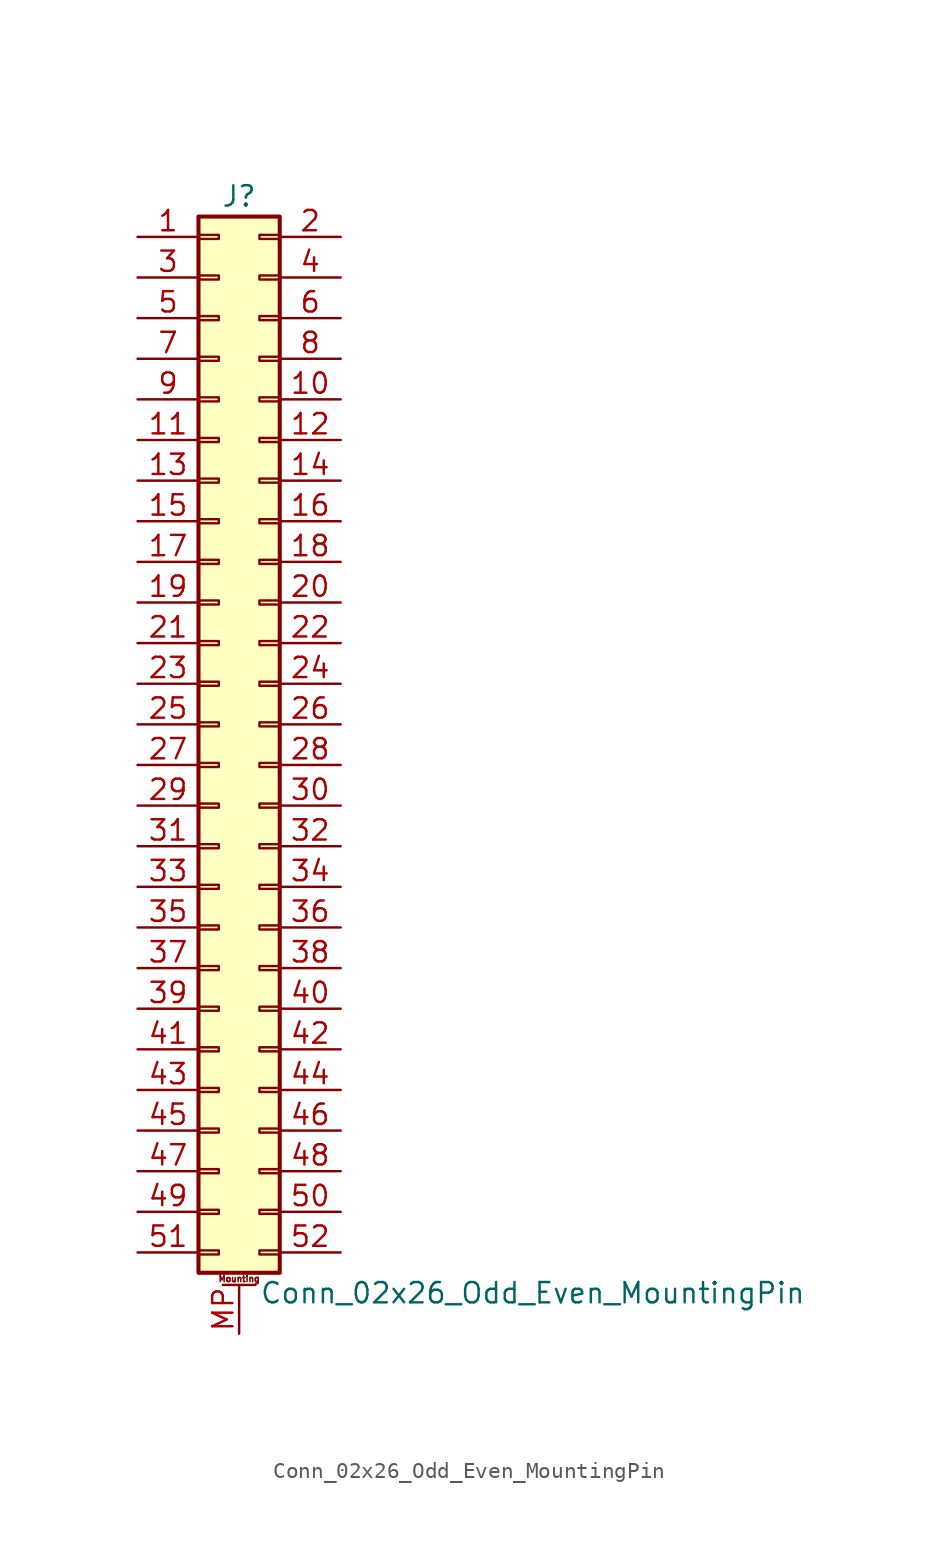
<source format=kicad_sym>
(kicad_symbol_lib
  (version 20201005)
  (generator kicad_symbol_editor)
  (symbol "Connector_Generic_MountingPin:Conn_02x26_Odd_Even_MountingPin"
    (pin_names
      (offset 1.016) hide)
    (property "Reference" "J"
      (at 1.27 33.02 0)
      (effects (font (size 1.27 1.27))))
    (property "Value" "Conn_02x26_Odd_Even_MountingPin"
      (at 2.54 -35.56 0)
      (effects (font (size 1.27 1.27)) (justify left)))
    (symbol "Conn_02x26_Odd_Even_MountingPin_1_1"
      (text "Mounting" (at 1.27 -34.671 0) (effects (font (size 0.381 0.381))))
      (rectangle (start -1.27 -27.813) (end 0 -28.067) (stroke (width 0.152)) (fill (type none)))
      (rectangle (start -1.27 -30.353) (end 0 -30.607) (stroke (width 0.152)) (fill (type none)))
      (rectangle (start -1.27 -32.893) (end 0 -33.147) (stroke (width 0.152)) (fill (type none)))
      (rectangle (start -1.27 -4.953) (end 0 -5.207) (stroke (width 0.152)) (fill (type none)))
      (rectangle (start -1.27 -7.493) (end 0 -7.747) (stroke (width 0.152)) (fill (type none)))
      (rectangle (start -1.27 -10.033) (end 0 -10.287) (stroke (width 0.152)) (fill (type none)))
      (rectangle (start -1.27 -12.573) (end 0 -12.827) (stroke (width 0.152)) (fill (type none)))
      (rectangle (start -1.27 -15.113) (end 0 -15.367) (stroke (width 0.152)) (fill (type none)))
      (rectangle (start -1.27 -17.653) (end 0 -17.907) (stroke (width 0.152)) (fill (type none)))
      (rectangle (start -1.27 -20.193) (end 0 -20.447) (stroke (width 0.152)) (fill (type none)))
      (rectangle (start -1.27 -22.733) (end 0 -22.987) (stroke (width 0.152)) (fill (type none)))
      (rectangle (start -1.27 -2.413) (end 0 -2.667) (stroke (width 0.152)) (fill (type none)))
      (rectangle (start -1.27 -25.273) (end 0 -25.527) (stroke (width 0.152)) (fill (type none)))
      (rectangle (start -1.27 25.527) (end 0 25.273) (stroke (width 0.152)) (fill (type none)))
      (rectangle (start -1.27 2.667) (end 0 2.413) (stroke (width 0.152)) (fill (type none)))
      (rectangle (start -1.27 28.067) (end 0 27.813) (stroke (width 0.152)) (fill (type none)))
      (rectangle (start -1.27 30.607) (end 0 30.353) (stroke (width 0.152)) (fill (type none)))
      (rectangle (start -1.27 31.75) (end 3.81 -34.29) (stroke (width 0.254)) (fill (type background)))
      (rectangle (start -1.27 5.207) (end 0 4.953) (stroke (width 0.152)) (fill (type none)))
      (rectangle (start -1.27 7.747) (end 0 7.493) (stroke (width 0.152)) (fill (type none)))
      (rectangle (start -1.27 10.287) (end 0 10.033) (stroke (width 0.152)) (fill (type none)))
      (rectangle (start -1.27 0.127) (end 0 -0.127) (stroke (width 0.152)) (fill (type none)))
      (rectangle (start -1.27 12.827) (end 0 12.573) (stroke (width 0.152)) (fill (type none)))
      (rectangle (start -1.27 15.367) (end 0 15.113) (stroke (width 0.152)) (fill (type none)))
      (rectangle (start -1.27 17.907) (end 0 17.653) (stroke (width 0.152)) (fill (type none)))
      (rectangle (start -1.27 20.447) (end 0 20.193) (stroke (width 0.152)) (fill (type none)))
      (rectangle (start -1.27 22.987) (end 0 22.733) (stroke (width 0.152)) (fill (type none)))
      (rectangle (start 3.81 -27.813) (end 2.54 -28.067) (stroke (width 0.152)) (fill (type none)))
      (rectangle (start 3.81 -30.353) (end 2.54 -30.607) (stroke (width 0.152)) (fill (type none)))
      (rectangle (start 3.81 -32.893) (end 2.54 -33.147) (stroke (width 0.152)) (fill (type none)))
      (rectangle (start 3.81 -4.953) (end 2.54 -5.207) (stroke (width 0.152)) (fill (type none)))
      (rectangle (start 3.81 -7.493) (end 2.54 -7.747) (stroke (width 0.152)) (fill (type none)))
      (rectangle (start 3.81 -10.033) (end 2.54 -10.287) (stroke (width 0.152)) (fill (type none)))
      (rectangle (start 3.81 -12.573) (end 2.54 -12.827) (stroke (width 0.152)) (fill (type none)))
      (rectangle (start 3.81 -15.113) (end 2.54 -15.367) (stroke (width 0.152)) (fill (type none)))
      (rectangle (start 3.81 -17.653) (end 2.54 -17.907) (stroke (width 0.152)) (fill (type none)))
      (rectangle (start 3.81 -20.193) (end 2.54 -20.447) (stroke (width 0.152)) (fill (type none)))
      (rectangle (start 3.81 -22.733) (end 2.54 -22.987) (stroke (width 0.152)) (fill (type none)))
      (rectangle (start 3.81 -2.413) (end 2.54 -2.667) (stroke (width 0.152)) (fill (type none)))
      (rectangle (start 3.81 -25.273) (end 2.54 -25.527) (stroke (width 0.152)) (fill (type none)))
      (rectangle (start 3.81 25.527) (end 2.54 25.273) (stroke (width 0.152)) (fill (type none)))
      (rectangle (start 3.81 2.667) (end 2.54 2.413) (stroke (width 0.152)) (fill (type none)))
      (rectangle (start 3.81 28.067) (end 2.54 27.813) (stroke (width 0.152)) (fill (type none)))
      (rectangle (start 3.81 30.607) (end 2.54 30.353) (stroke (width 0.152)) (fill (type none)))
      (rectangle (start 3.81 5.207) (end 2.54 4.953) (stroke (width 0.152)) (fill (type none)))
      (rectangle (start 3.81 7.747) (end 2.54 7.493) (stroke (width 0.152)) (fill (type none)))
      (rectangle (start 3.81 10.287) (end 2.54 10.033) (stroke (width 0.152)) (fill (type none)))
      (rectangle (start 3.81 0.127) (end 2.54 -0.127) (stroke (width 0.152)) (fill (type none)))
      (rectangle (start 3.81 12.827) (end 2.54 12.573) (stroke (width 0.152)) (fill (type none)))
      (rectangle (start 3.81 15.367) (end 2.54 15.113) (stroke (width 0.152)) (fill (type none)))
      (rectangle (start 3.81 17.907) (end 2.54 17.653) (stroke (width 0.152)) (fill (type none)))
      (rectangle (start 3.81 20.447) (end 2.54 20.193) (stroke (width 0.152)) (fill (type none)))
      (rectangle (start 3.81 22.987) (end 2.54 22.733) (stroke (width 0.152)) (fill (type none)))
      (polyline (pts (xy 0.254 -35.052) (xy 2.286 -35.052)) (stroke (width 0.152)) (fill (type none)))
      (pin passive line (at 1.27 -38.1 90) (length 3.048) (name "MountPin" (effects (font (size 1.27 1.27)))) (number "MP" (effects (font (size 1.27 1.27)))))
      (pin passive line (at -5.08 30.48 0) (length 3.81) (name "Pin_1" (effects (font (size 1.27 1.27)))) (number "1" (effects (font (size 1.27 1.27)))))
      (pin passive line (at 7.62 20.32 180) (length 3.81) (name "Pin_10" (effects (font (size 1.27 1.27)))) (number "10" (effects (font (size 1.27 1.27)))))
      (pin passive line (at -5.08 17.78 0) (length 3.81) (name "Pin_11" (effects (font (size 1.27 1.27)))) (number "11" (effects (font (size 1.27 1.27)))))
      (pin passive line (at 7.62 17.78 180) (length 3.81) (name "Pin_12" (effects (font (size 1.27 1.27)))) (number "12" (effects (font (size 1.27 1.27)))))
      (pin passive line (at -5.08 15.24 0) (length 3.81) (name "Pin_13" (effects (font (size 1.27 1.27)))) (number "13" (effects (font (size 1.27 1.27)))))
      (pin passive line (at 7.62 15.24 180) (length 3.81) (name "Pin_14" (effects (font (size 1.27 1.27)))) (number "14" (effects (font (size 1.27 1.27)))))
      (pin passive line (at -5.08 12.7 0) (length 3.81) (name "Pin_15" (effects (font (size 1.27 1.27)))) (number "15" (effects (font (size 1.27 1.27)))))
      (pin passive line (at 7.62 12.7 180) (length 3.81) (name "Pin_16" (effects (font (size 1.27 1.27)))) (number "16" (effects (font (size 1.27 1.27)))))
      (pin passive line (at -5.08 10.16 0) (length 3.81) (name "Pin_17" (effects (font (size 1.27 1.27)))) (number "17" (effects (font (size 1.27 1.27)))))
      (pin passive line (at 7.62 10.16 180) (length 3.81) (name "Pin_18" (effects (font (size 1.27 1.27)))) (number "18" (effects (font (size 1.27 1.27)))))
      (pin passive line (at -5.08 7.62 0) (length 3.81) (name "Pin_19" (effects (font (size 1.27 1.27)))) (number "19" (effects (font (size 1.27 1.27)))))
      (pin passive line (at 7.62 30.48 180) (length 3.81) (name "Pin_2" (effects (font (size 1.27 1.27)))) (number "2" (effects (font (size 1.27 1.27)))))
      (pin passive line (at 7.62 7.62 180) (length 3.81) (name "Pin_20" (effects (font (size 1.27 1.27)))) (number "20" (effects (font (size 1.27 1.27)))))
      (pin passive line (at -5.08 5.08 0) (length 3.81) (name "Pin_21" (effects (font (size 1.27 1.27)))) (number "21" (effects (font (size 1.27 1.27)))))
      (pin passive line (at 7.62 5.08 180) (length 3.81) (name "Pin_22" (effects (font (size 1.27 1.27)))) (number "22" (effects (font (size 1.27 1.27)))))
      (pin passive line (at -5.08 2.54 0) (length 3.81) (name "Pin_23" (effects (font (size 1.27 1.27)))) (number "23" (effects (font (size 1.27 1.27)))))
      (pin passive line (at 7.62 2.54 180) (length 3.81) (name "Pin_24" (effects (font (size 1.27 1.27)))) (number "24" (effects (font (size 1.27 1.27)))))
      (pin passive line (at -5.08 0 0) (length 3.81) (name "Pin_25" (effects (font (size 1.27 1.27)))) (number "25" (effects (font (size 1.27 1.27)))))
      (pin passive line (at 7.62 0 180) (length 3.81) (name "Pin_26" (effects (font (size 1.27 1.27)))) (number "26" (effects (font (size 1.27 1.27)))))
      (pin passive line (at -5.08 -2.54 0) (length 3.81) (name "Pin_27" (effects (font (size 1.27 1.27)))) (number "27" (effects (font (size 1.27 1.27)))))
      (pin passive line (at 7.62 -2.54 180) (length 3.81) (name "Pin_28" (effects (font (size 1.27 1.27)))) (number "28" (effects (font (size 1.27 1.27)))))
      (pin passive line (at -5.08 -5.08 0) (length 3.81) (name "Pin_29" (effects (font (size 1.27 1.27)))) (number "29" (effects (font (size 1.27 1.27)))))
      (pin passive line (at -5.08 27.94 0) (length 3.81) (name "Pin_3" (effects (font (size 1.27 1.27)))) (number "3" (effects (font (size 1.27 1.27)))))
      (pin passive line (at 7.62 -5.08 180) (length 3.81) (name "Pin_30" (effects (font (size 1.27 1.27)))) (number "30" (effects (font (size 1.27 1.27)))))
      (pin passive line (at -5.08 -7.62 0) (length 3.81) (name "Pin_31" (effects (font (size 1.27 1.27)))) (number "31" (effects (font (size 1.27 1.27)))))
      (pin passive line (at 7.62 -7.62 180) (length 3.81) (name "Pin_32" (effects (font (size 1.27 1.27)))) (number "32" (effects (font (size 1.27 1.27)))))
      (pin passive line (at -5.08 -10.16 0) (length 3.81) (name "Pin_33" (effects (font (size 1.27 1.27)))) (number "33" (effects (font (size 1.27 1.27)))))
      (pin passive line (at 7.62 -10.16 180) (length 3.81) (name "Pin_34" (effects (font (size 1.27 1.27)))) (number "34" (effects (font (size 1.27 1.27)))))
      (pin passive line (at -5.08 -12.7 0) (length 3.81) (name "Pin_35" (effects (font (size 1.27 1.27)))) (number "35" (effects (font (size 1.27 1.27)))))
      (pin passive line (at 7.62 -12.7 180) (length 3.81) (name "Pin_36" (effects (font (size 1.27 1.27)))) (number "36" (effects (font (size 1.27 1.27)))))
      (pin passive line (at -5.08 -15.24 0) (length 3.81) (name "Pin_37" (effects (font (size 1.27 1.27)))) (number "37" (effects (font (size 1.27 1.27)))))
      (pin passive line (at 7.62 -15.24 180) (length 3.81) (name "Pin_38" (effects (font (size 1.27 1.27)))) (number "38" (effects (font (size 1.27 1.27)))))
      (pin passive line (at -5.08 -17.78 0) (length 3.81) (name "Pin_39" (effects (font (size 1.27 1.27)))) (number "39" (effects (font (size 1.27 1.27)))))
      (pin passive line (at 7.62 27.94 180) (length 3.81) (name "Pin_4" (effects (font (size 1.27 1.27)))) (number "4" (effects (font (size 1.27 1.27)))))
      (pin passive line (at 7.62 -17.78 180) (length 3.81) (name "Pin_40" (effects (font (size 1.27 1.27)))) (number "40" (effects (font (size 1.27 1.27)))))
      (pin passive line (at -5.08 -20.32 0) (length 3.81) (name "Pin_41" (effects (font (size 1.27 1.27)))) (number "41" (effects (font (size 1.27 1.27)))))
      (pin passive line (at 7.62 -20.32 180) (length 3.81) (name "Pin_42" (effects (font (size 1.27 1.27)))) (number "42" (effects (font (size 1.27 1.27)))))
      (pin passive line (at -5.08 -22.86 0) (length 3.81) (name "Pin_43" (effects (font (size 1.27 1.27)))) (number "43" (effects (font (size 1.27 1.27)))))
      (pin passive line (at 7.62 -22.86 180) (length 3.81) (name "Pin_44" (effects (font (size 1.27 1.27)))) (number "44" (effects (font (size 1.27 1.27)))))
      (pin passive line (at -5.08 -25.4 0) (length 3.81) (name "Pin_45" (effects (font (size 1.27 1.27)))) (number "45" (effects (font (size 1.27 1.27)))))
      (pin passive line (at 7.62 -25.4 180) (length 3.81) (name "Pin_46" (effects (font (size 1.27 1.27)))) (number "46" (effects (font (size 1.27 1.27)))))
      (pin passive line (at -5.08 -27.94 0) (length 3.81) (name "Pin_47" (effects (font (size 1.27 1.27)))) (number "47" (effects (font (size 1.27 1.27)))))
      (pin passive line (at 7.62 -27.94 180) (length 3.81) (name "Pin_48" (effects (font (size 1.27 1.27)))) (number "48" (effects (font (size 1.27 1.27)))))
      (pin passive line (at -5.08 -30.48 0) (length 3.81) (name "Pin_49" (effects (font (size 1.27 1.27)))) (number "49" (effects (font (size 1.27 1.27)))))
      (pin passive line (at -5.08 25.4 0) (length 3.81) (name "Pin_5" (effects (font (size 1.27 1.27)))) (number "5" (effects (font (size 1.27 1.27)))))
      (pin passive line (at 7.62 -30.48 180) (length 3.81) (name "Pin_50" (effects (font (size 1.27 1.27)))) (number "50" (effects (font (size 1.27 1.27)))))
      (pin passive line (at -5.08 -33.02 0) (length 3.81) (name "Pin_51" (effects (font (size 1.27 1.27)))) (number "51" (effects (font (size 1.27 1.27)))))
      (pin passive line (at 7.62 -33.02 180) (length 3.81) (name "Pin_52" (effects (font (size 1.27 1.27)))) (number "52" (effects (font (size 1.27 1.27)))))
      (pin passive line (at 7.62 25.4 180) (length 3.81) (name "Pin_6" (effects (font (size 1.27 1.27)))) (number "6" (effects (font (size 1.27 1.27)))))
      (pin passive line (at -5.08 22.86 0) (length 3.81) (name "Pin_7" (effects (font (size 1.27 1.27)))) (number "7" (effects (font (size 1.27 1.27)))))
      (pin passive line (at 7.62 22.86 180) (length 3.81) (name "Pin_8" (effects (font (size 1.27 1.27)))) (number "8" (effects (font (size 1.27 1.27)))))
      (pin passive line (at -5.08 20.32 0) (length 3.81) (name "Pin_9" (effects (font (size 1.27 1.27)))) (number "9" (effects (font (size 1.27 1.27))))))))
</source>
